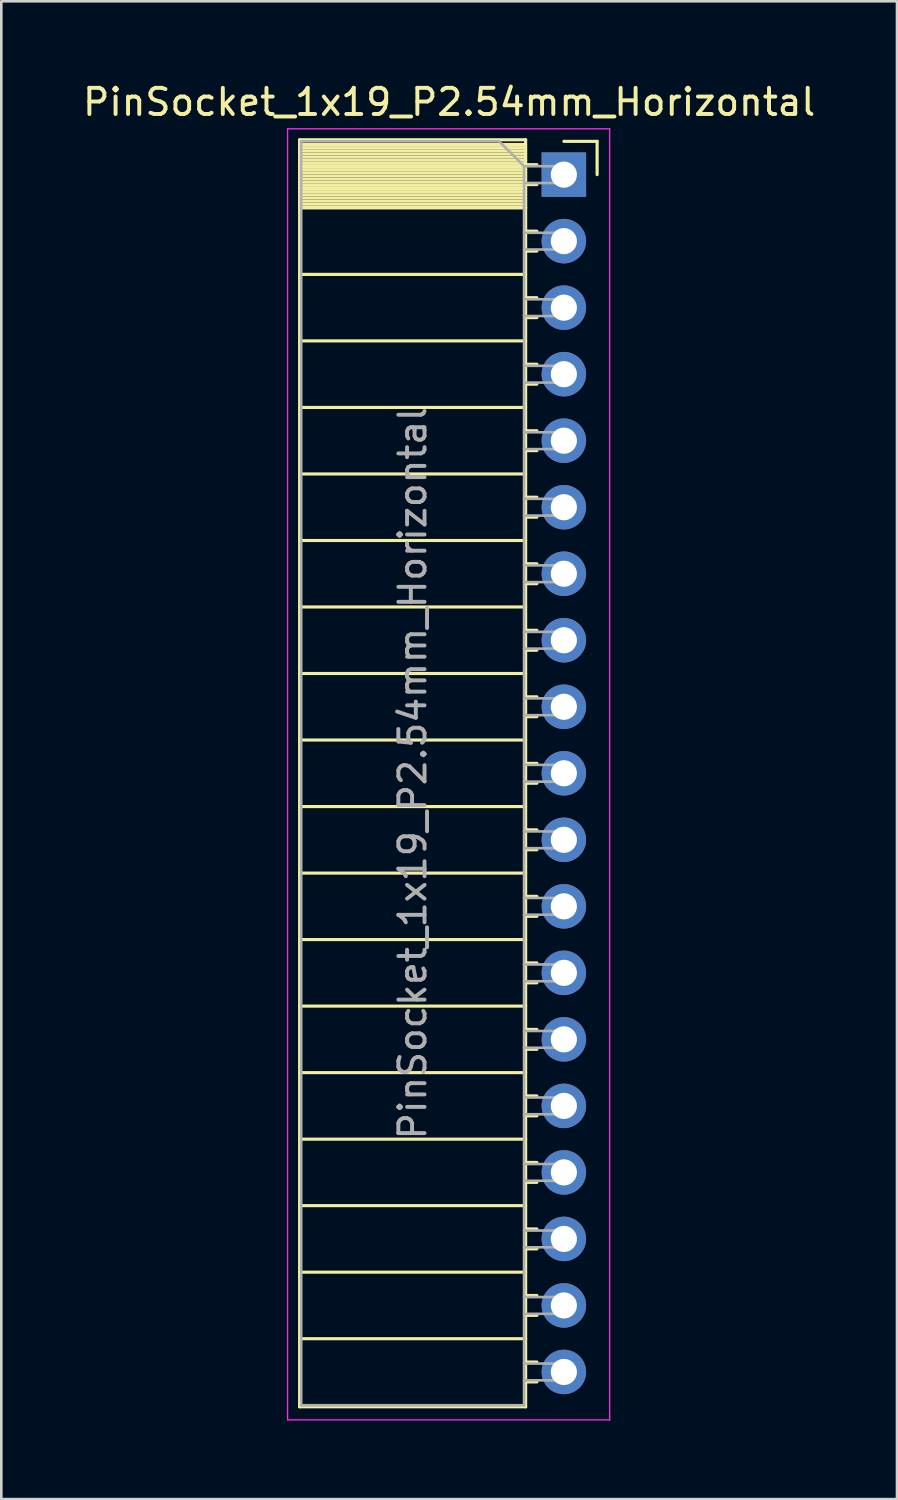
<source format=kicad_pcb>
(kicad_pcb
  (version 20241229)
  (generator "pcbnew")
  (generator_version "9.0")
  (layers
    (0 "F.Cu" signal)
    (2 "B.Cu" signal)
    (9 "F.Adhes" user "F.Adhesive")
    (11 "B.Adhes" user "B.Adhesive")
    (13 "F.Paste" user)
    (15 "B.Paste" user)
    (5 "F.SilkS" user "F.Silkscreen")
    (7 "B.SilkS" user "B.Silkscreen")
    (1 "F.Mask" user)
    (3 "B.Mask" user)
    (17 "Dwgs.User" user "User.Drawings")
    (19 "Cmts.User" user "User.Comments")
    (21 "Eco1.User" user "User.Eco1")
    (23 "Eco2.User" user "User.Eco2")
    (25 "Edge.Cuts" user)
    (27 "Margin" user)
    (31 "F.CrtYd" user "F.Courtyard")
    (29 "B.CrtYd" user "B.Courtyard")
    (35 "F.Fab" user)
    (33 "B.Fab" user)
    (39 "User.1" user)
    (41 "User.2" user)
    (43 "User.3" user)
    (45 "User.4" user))
  (footprint "PinSocket_1x19_P2.54mm_Horizontal"
    (layer "F.Cu")
    (at 18.481 3.618)
    (property "Reference" "PinSocket_1x19_P2.54mm_Horizontal" (at -4.38 -2.77 0) (layer "F.SilkS") (effects (font (size 1 1) (thickness 0.15))))
    (attr through_hole)
    (fp_line (start -10.09 -1.33) (end -1.46 -1.33) (stroke (width 0.12) (type solid)) (layer "F.SilkS"))
    (fp_line (start -10.09 -1.15) (end -1.46 -1.15) (stroke (width 0.12) (type solid)) (layer "F.SilkS"))
    (fp_line (start -10.09 -1.03) (end -1.46 -1.03) (stroke (width 0.12) (type solid)) (layer "F.SilkS"))
    (fp_line (start -10.09 -0.91) (end -1.46 -0.91) (stroke (width 0.12) (type solid)) (layer "F.SilkS"))
    (fp_line (start -10.09 -0.79) (end -1.46 -0.79) (stroke (width 0.12) (type solid)) (layer "F.SilkS"))
    (fp_line (start -10.09 -0.67) (end -1.46 -0.67) (stroke (width 0.12) (type solid)) (layer "F.SilkS"))
    (fp_line (start -10.09 -0.55) (end -1.46 -0.55) (stroke (width 0.12) (type solid)) (layer "F.SilkS"))
    (fp_line (start -10.09 -0.43) (end -1.46 -0.43) (stroke (width 0.12) (type solid)) (layer "F.SilkS"))
    (fp_line (start -10.09 -0.31) (end -1.46 -0.31) (stroke (width 0.12) (type solid)) (layer "F.SilkS"))
    (fp_line (start -10.09 -0.19) (end -1.46 -0.19) (stroke (width 0.12) (type solid)) (layer "F.SilkS"))
    (fp_line (start -10.09 -0.07) (end -1.46 -0.07) (stroke (width 0.12) (type solid)) (layer "F.SilkS"))
    (fp_line (start -10.09 0.05) (end -1.46 0.05) (stroke (width 0.12) (type solid)) (layer "F.SilkS"))
    (fp_line (start -10.09 0.17) (end -1.46 0.17) (stroke (width 0.12) (type solid)) (layer "F.SilkS"))
    (fp_line (start -10.09 0.29) (end -1.46 0.29) (stroke (width 0.12) (type solid)) (layer "F.SilkS"))
    (fp_line (start -10.09 0.41) (end -1.46 0.41) (stroke (width 0.12) (type solid)) (layer "F.SilkS"))
    (fp_line (start -10.09 0.53) (end -1.46 0.53) (stroke (width 0.12) (type solid)) (layer "F.SilkS"))
    (fp_line (start -10.09 0.65) (end -1.46 0.65) (stroke (width 0.12) (type solid)) (layer "F.SilkS"))
    (fp_line (start -10.09 0.77) (end -1.46 0.77) (stroke (width 0.12) (type solid)) (layer "F.SilkS"))
    (fp_line (start -10.09 0.89) (end -1.46 0.89) (stroke (width 0.12) (type solid)) (layer "F.SilkS"))
    (fp_line (start -10.09 1.01) (end -1.46 1.01) (stroke (width 0.12) (type solid)) (layer "F.SilkS"))
    (fp_line (start -10.09 1.13) (end -1.46 1.13) (stroke (width 0.12) (type solid)) (layer "F.SilkS"))
    (fp_line (start -10.09 1.25) (end -1.46 1.25) (stroke (width 0.12) (type solid)) (layer "F.SilkS"))
    (fp_line (start -10.09 1.27) (end -1.46 1.27) (stroke (width 0.12) (type solid)) (layer "F.SilkS"))
    (fp_line (start -10.09 3.81) (end -1.46 3.81) (stroke (width 0.12) (type solid)) (layer "F.SilkS"))
    (fp_line (start -10.09 6.35) (end -1.46 6.35) (stroke (width 0.12) (type solid)) (layer "F.SilkS"))
    (fp_line (start -10.09 8.89) (end -1.46 8.89) (stroke (width 0.12) (type solid)) (layer "F.SilkS"))
    (fp_line (start -10.09 11.43) (end -1.46 11.43) (stroke (width 0.12) (type solid)) (layer "F.SilkS"))
    (fp_line (start -10.09 13.97) (end -1.46 13.97) (stroke (width 0.12) (type solid)) (layer "F.SilkS"))
    (fp_line (start -10.09 16.51) (end -1.46 16.51) (stroke (width 0.12) (type solid)) (layer "F.SilkS"))
    (fp_line (start -10.09 19.05) (end -1.46 19.05) (stroke (width 0.12) (type solid)) (layer "F.SilkS"))
    (fp_line (start -10.09 21.59) (end -1.46 21.59) (stroke (width 0.12) (type solid)) (layer "F.SilkS"))
    (fp_line (start -10.09 24.13) (end -1.46 24.13) (stroke (width 0.12) (type solid)) (layer "F.SilkS"))
    (fp_line (start -10.09 26.67) (end -1.46 26.67) (stroke (width 0.12) (type solid)) (layer "F.SilkS"))
    (fp_line (start -10.09 29.21) (end -1.46 29.21) (stroke (width 0.12) (type solid)) (layer "F.SilkS"))
    (fp_line (start -10.09 31.75) (end -1.46 31.75) (stroke (width 0.12) (type solid)) (layer "F.SilkS"))
    (fp_line (start -10.09 34.29) (end -1.46 34.29) (stroke (width 0.12) (type solid)) (layer "F.SilkS"))
    (fp_line (start -10.09 36.83) (end -1.46 36.83) (stroke (width 0.12) (type solid)) (layer "F.SilkS"))
    (fp_line (start -10.09 39.37) (end -1.46 39.37) (stroke (width 0.12) (type solid)) (layer "F.SilkS"))
    (fp_line (start -10.09 41.91) (end -1.46 41.91) (stroke (width 0.12) (type solid)) (layer "F.SilkS"))
    (fp_line (start -10.09 44.45) (end -1.46 44.45) (stroke (width 0.12) (type solid)) (layer "F.SilkS"))
    (fp_line (start -10.09 47.05) (end -10.09 -1.33) (stroke (width 0.12) (type solid)) (layer "F.SilkS"))
    (fp_line (start -1.46 -1.33) (end -1.46 47.05) (stroke (width 0.12) (type solid)) (layer "F.SilkS"))
    (fp_line (start -1.46 -0.38) (end -1.03 -0.38) (stroke (width 0.12) (type solid)) (layer "F.SilkS"))
    (fp_line (start -1.46 2.16) (end -1.03 2.16) (stroke (width 0.12) (type solid)) (layer "F.SilkS"))
    (fp_line (start -1.46 4.7) (end -1.03 4.7) (stroke (width 0.12) (type solid)) (layer "F.SilkS"))
    (fp_line (start -1.46 7.24) (end -1.03 7.24) (stroke (width 0.12) (type solid)) (layer "F.SilkS"))
    (fp_line (start -1.46 9.78) (end -1.03 9.78) (stroke (width 0.12) (type solid)) (layer "F.SilkS"))
    (fp_line (start -1.46 12.32) (end -1.03 12.32) (stroke (width 0.12) (type solid)) (layer "F.SilkS"))
    (fp_line (start -1.46 14.86) (end -1.03 14.86) (stroke (width 0.12) (type solid)) (layer "F.SilkS"))
    (fp_line (start -1.46 17.4) (end -1.03 17.4) (stroke (width 0.12) (type solid)) (layer "F.SilkS"))
    (fp_line (start -1.46 19.94) (end -1.03 19.94) (stroke (width 0.12) (type solid)) (layer "F.SilkS"))
    (fp_line (start -1.46 22.48) (end -1.03 22.48) (stroke (width 0.12) (type solid)) (layer "F.SilkS"))
    (fp_line (start -1.46 25.02) (end -1.03 25.02) (stroke (width 0.12) (type solid)) (layer "F.SilkS"))
    (fp_line (start -1.46 27.56) (end -1.03 27.56) (stroke (width 0.12) (type solid)) (layer "F.SilkS"))
    (fp_line (start -1.46 30.1) (end -1.03 30.1) (stroke (width 0.12) (type solid)) (layer "F.SilkS"))
    (fp_line (start -1.46 32.64) (end -1.03 32.64) (stroke (width 0.12) (type solid)) (layer "F.SilkS"))
    (fp_line (start -1.46 35.18) (end -1.03 35.18) (stroke (width 0.12) (type solid)) (layer "F.SilkS"))
    (fp_line (start -1.46 37.72) (end -1.03 37.72) (stroke (width 0.12) (type solid)) (layer "F.SilkS"))
    (fp_line (start -1.46 40.26) (end -1.03 40.26) (stroke (width 0.12) (type solid)) (layer "F.SilkS"))
    (fp_line (start -1.46 42.8) (end -1.03 42.8) (stroke (width 0.12) (type solid)) (layer "F.SilkS"))
    (fp_line (start -1.46 45.34) (end -1.03 45.34) (stroke (width 0.12) (type solid)) (layer "F.SilkS"))
    (fp_line (start -1.46 47.05) (end -10.09 47.05) (stroke (width 0.12) (type solid)) (layer "F.SilkS"))
    (fp_line (start -1.03 0.38) (end -1.46 0.38) (stroke (width 0.12) (type solid)) (layer "F.SilkS"))
    (fp_line (start -1.03 2.92) (end -1.46 2.92) (stroke (width 0.12) (type solid)) (layer "F.SilkS"))
    (fp_line (start -1.03 5.46) (end -1.46 5.46) (stroke (width 0.12) (type solid)) (layer "F.SilkS"))
    (fp_line (start -1.03 8) (end -1.46 8) (stroke (width 0.12) (type solid)) (layer "F.SilkS"))
    (fp_line (start -1.03 10.54) (end -1.46 10.54) (stroke (width 0.12) (type solid)) (layer "F.SilkS"))
    (fp_line (start -1.03 13.08) (end -1.46 13.08) (stroke (width 0.12) (type solid)) (layer "F.SilkS"))
    (fp_line (start -1.03 15.62) (end -1.46 15.62) (stroke (width 0.12) (type solid)) (layer "F.SilkS"))
    (fp_line (start -1.03 18.16) (end -1.46 18.16) (stroke (width 0.12) (type solid)) (layer "F.SilkS"))
    (fp_line (start -1.03 20.7) (end -1.46 20.7) (stroke (width 0.12) (type solid)) (layer "F.SilkS"))
    (fp_line (start -1.03 23.24) (end -1.46 23.24) (stroke (width 0.12) (type solid)) (layer "F.SilkS"))
    (fp_line (start -1.03 25.78) (end -1.46 25.78) (stroke (width 0.12) (type solid)) (layer "F.SilkS"))
    (fp_line (start -1.03 28.32) (end -1.46 28.32) (stroke (width 0.12) (type solid)) (layer "F.SilkS"))
    (fp_line (start -1.03 30.86) (end -1.46 30.86) (stroke (width 0.12) (type solid)) (layer "F.SilkS"))
    (fp_line (start -1.03 33.4) (end -1.46 33.4) (stroke (width 0.12) (type solid)) (layer "F.SilkS"))
    (fp_line (start -1.03 35.94) (end -1.46 35.94) (stroke (width 0.12) (type solid)) (layer "F.SilkS"))
    (fp_line (start -1.03 38.48) (end -1.46 38.48) (stroke (width 0.12) (type solid)) (layer "F.SilkS"))
    (fp_line (start -1.03 41.02) (end -1.46 41.02) (stroke (width 0.12) (type solid)) (layer "F.SilkS"))
    (fp_line (start -1.03 43.56) (end -1.46 43.56) (stroke (width 0.12) (type solid)) (layer "F.SilkS"))
    (fp_line (start -1.03 46.1) (end -1.46 46.1) (stroke (width 0.12) (type solid)) (layer "F.SilkS"))
    (fp_line (start 0 -1.27) (end 1.27 -1.27) (stroke (width 0.12) (type solid)) (layer "F.SilkS"))
    (fp_line (start 1.27 -1.27) (end 1.27 0) (stroke (width 0.12) (type solid)) (layer "F.SilkS"))
    (fp_line (start -10.55 -1.75) (end -10.55 47.55) (stroke (width 0.05) (type solid)) (layer "F.CrtYd"))
    (fp_line (start -10.55 47.55) (end 1.75 47.55) (stroke (width 0.05) (type solid)) (layer "F.CrtYd"))
    (fp_line (start 1.75 -1.75) (end -10.55 -1.75) (stroke (width 0.05) (type solid)) (layer "F.CrtYd"))
    (fp_line (start 1.75 47.55) (end 1.75 -1.75) (stroke (width 0.05) (type solid)) (layer "F.CrtYd"))
    (fp_line (start -10.03 -1.27) (end -2.47 -1.27) (stroke (width 0.1) (type solid)) (layer "F.Fab"))
    (fp_line (start -10.03 46.99) (end -10.03 -1.27) (stroke (width 0.1) (type solid)) (layer "F.Fab"))
    (fp_line (start -2.47 -1.27) (end -1.52 -0.32) (stroke (width 0.1) (type solid)) (layer "F.Fab"))
    (fp_line (start -1.52 -0.32) (end -1.52 46.99) (stroke (width 0.1) (type solid)) (layer "F.Fab"))
    (fp_line (start -1.52 0.32) (end 0 0.32) (stroke (width 0.1) (type solid)) (layer "F.Fab"))
    (fp_line (start -1.52 2.86) (end 0 2.86) (stroke (width 0.1) (type solid)) (layer "F.Fab"))
    (fp_line (start -1.52 5.4) (end 0 5.4) (stroke (width 0.1) (type solid)) (layer "F.Fab"))
    (fp_line (start -1.52 7.94) (end 0 7.94) (stroke (width 0.1) (type solid)) (layer "F.Fab"))
    (fp_line (start -1.52 10.48) (end 0 10.48) (stroke (width 0.1) (type solid)) (layer "F.Fab"))
    (fp_line (start -1.52 13.02) (end 0 13.02) (stroke (width 0.1) (type solid)) (layer "F.Fab"))
    (fp_line (start -1.52 15.56) (end 0 15.56) (stroke (width 0.1) (type solid)) (layer "F.Fab"))
    (fp_line (start -1.52 18.1) (end 0 18.1) (stroke (width 0.1) (type solid)) (layer "F.Fab"))
    (fp_line (start -1.52 20.64) (end 0 20.64) (stroke (width 0.1) (type solid)) (layer "F.Fab"))
    (fp_line (start -1.52 23.18) (end 0 23.18) (stroke (width 0.1) (type solid)) (layer "F.Fab"))
    (fp_line (start -1.52 25.72) (end 0 25.72) (stroke (width 0.1) (type solid)) (layer "F.Fab"))
    (fp_line (start -1.52 28.26) (end 0 28.26) (stroke (width 0.1) (type solid)) (layer "F.Fab"))
    (fp_line (start -1.52 30.8) (end 0 30.8) (stroke (width 0.1) (type solid)) (layer "F.Fab"))
    (fp_line (start -1.52 33.34) (end 0 33.34) (stroke (width 0.1) (type solid)) (layer "F.Fab"))
    (fp_line (start -1.52 35.88) (end 0 35.88) (stroke (width 0.1) (type solid)) (layer "F.Fab"))
    (fp_line (start -1.52 38.42) (end 0 38.42) (stroke (width 0.1) (type solid)) (layer "F.Fab"))
    (fp_line (start -1.52 40.96) (end 0 40.96) (stroke (width 0.1) (type solid)) (layer "F.Fab"))
    (fp_line (start -1.52 43.5) (end 0 43.5) (stroke (width 0.1) (type solid)) (layer "F.Fab"))
    (fp_line (start -1.52 46.04) (end 0 46.04) (stroke (width 0.1) (type solid)) (layer "F.Fab"))
    (fp_line (start -1.52 46.99) (end -10.03 46.99) (stroke (width 0.1) (type solid)) (layer "F.Fab"))
    (fp_line (start 0 -0.32) (end -1.52 -0.32) (stroke (width 0.1) (type solid)) (layer "F.Fab"))
    (fp_line (start 0 0.32) (end 0 -0.32) (stroke (width 0.1) (type solid)) (layer "F.Fab"))
    (fp_line (start 0 2.22) (end -1.52 2.22) (stroke (width 0.1) (type solid)) (layer "F.Fab"))
    (fp_line (start 0 2.86) (end 0 2.22) (stroke (width 0.1) (type solid)) (layer "F.Fab"))
    (fp_line (start 0 4.76) (end -1.52 4.76) (stroke (width 0.1) (type solid)) (layer "F.Fab"))
    (fp_line (start 0 5.4) (end 0 4.76) (stroke (width 0.1) (type solid)) (layer "F.Fab"))
    (fp_line (start 0 7.3) (end -1.52 7.3) (stroke (width 0.1) (type solid)) (layer "F.Fab"))
    (fp_line (start 0 7.94) (end 0 7.3) (stroke (width 0.1) (type solid)) (layer "F.Fab"))
    (fp_line (start 0 9.84) (end -1.52 9.84) (stroke (width 0.1) (type solid)) (layer "F.Fab"))
    (fp_line (start 0 10.48) (end 0 9.84) (stroke (width 0.1) (type solid)) (layer "F.Fab"))
    (fp_line (start 0 12.38) (end -1.52 12.38) (stroke (width 0.1) (type solid)) (layer "F.Fab"))
    (fp_line (start 0 13.02) (end 0 12.38) (stroke (width 0.1) (type solid)) (layer "F.Fab"))
    (fp_line (start 0 14.92) (end -1.52 14.92) (stroke (width 0.1) (type solid)) (layer "F.Fab"))
    (fp_line (start 0 15.56) (end 0 14.92) (stroke (width 0.1) (type solid)) (layer "F.Fab"))
    (fp_line (start 0 17.46) (end -1.52 17.46) (stroke (width 0.1) (type solid)) (layer "F.Fab"))
    (fp_line (start 0 18.1) (end 0 17.46) (stroke (width 0.1) (type solid)) (layer "F.Fab"))
    (fp_line (start 0 20) (end -1.52 20) (stroke (width 0.1) (type solid)) (layer "F.Fab"))
    (fp_line (start 0 20.64) (end 0 20) (stroke (width 0.1) (type solid)) (layer "F.Fab"))
    (fp_line (start 0 22.54) (end -1.52 22.54) (stroke (width 0.1) (type solid)) (layer "F.Fab"))
    (fp_line (start 0 23.18) (end 0 22.54) (stroke (width 0.1) (type solid)) (layer "F.Fab"))
    (fp_line (start 0 25.08) (end -1.52 25.08) (stroke (width 0.1) (type solid)) (layer "F.Fab"))
    (fp_line (start 0 25.72) (end 0 25.08) (stroke (width 0.1) (type solid)) (layer "F.Fab"))
    (fp_line (start 0 27.62) (end -1.52 27.62) (stroke (width 0.1) (type solid)) (layer "F.Fab"))
    (fp_line (start 0 28.26) (end 0 27.62) (stroke (width 0.1) (type solid)) (layer "F.Fab"))
    (fp_line (start 0 30.16) (end -1.52 30.16) (stroke (width 0.1) (type solid)) (layer "F.Fab"))
    (fp_line (start 0 30.8) (end 0 30.16) (stroke (width 0.1) (type solid)) (layer "F.Fab"))
    (fp_line (start 0 32.7) (end -1.52 32.7) (stroke (width 0.1) (type solid)) (layer "F.Fab"))
    (fp_line (start 0 33.34) (end 0 32.7) (stroke (width 0.1) (type solid)) (layer "F.Fab"))
    (fp_line (start 0 35.24) (end -1.52 35.24) (stroke (width 0.1) (type solid)) (layer "F.Fab"))
    (fp_line (start 0 35.88) (end 0 35.24) (stroke (width 0.1) (type solid)) (layer "F.Fab"))
    (fp_line (start 0 37.78) (end -1.52 37.78) (stroke (width 0.1) (type solid)) (layer "F.Fab"))
    (fp_line (start 0 38.42) (end 0 37.78) (stroke (width 0.1) (type solid)) (layer "F.Fab"))
    (fp_line (start 0 40.32) (end -1.52 40.32) (stroke (width 0.1) (type solid)) (layer "F.Fab"))
    (fp_line (start 0 40.96) (end 0 40.32) (stroke (width 0.1) (type solid)) (layer "F.Fab"))
    (fp_line (start 0 42.86) (end -1.52 42.86) (stroke (width 0.1) (type solid)) (layer "F.Fab"))
    (fp_line (start 0 43.5) (end 0 42.86) (stroke (width 0.1) (type solid)) (layer "F.Fab"))
    (fp_line (start 0 45.4) (end -1.52 45.4) (stroke (width 0.1) (type solid)) (layer "F.Fab"))
    (fp_line (start 0 46.04) (end 0 45.4) (stroke (width 0.1) (type solid)) (layer "F.Fab"))
    (fp_text user "${REFERENCE}" (at -5.775 22.86 90) (layer "F.Fab") (effects (font (size 1 1) (thickness 0.15))))
    (pad "1" thru_hole rect (at 0 0) (size 1.7 1.7) (drill 1) (layers "*.Cu" "*.Mask"))
    (pad "2" thru_hole oval (at 0 2.54) (size 1.7 1.7) (drill 1) (layers "*.Cu" "*.Mask"))
    (pad "3" thru_hole oval (at 0 5.08) (size 1.7 1.7) (drill 1) (layers "*.Cu" "*.Mask"))
    (pad "4" thru_hole oval (at 0 7.62) (size 1.7 1.7) (drill 1) (layers "*.Cu" "*.Mask"))
    (pad "5" thru_hole oval (at 0 10.16) (size 1.7 1.7) (drill 1) (layers "*.Cu" "*.Mask"))
    (pad "6" thru_hole oval (at 0 12.7) (size 1.7 1.7) (drill 1) (layers "*.Cu" "*.Mask"))
    (pad "7" thru_hole oval (at 0 15.24) (size 1.7 1.7) (drill 1) (layers "*.Cu" "*.Mask"))
    (pad "8" thru_hole oval (at 0 17.78) (size 1.7 1.7) (drill 1) (layers "*.Cu" "*.Mask"))
    (pad "9" thru_hole oval (at 0 20.32) (size 1.7 1.7) (drill 1) (layers "*.Cu" "*.Mask"))
    (pad "10" thru_hole oval (at 0 22.86) (size 1.7 1.7) (drill 1) (layers "*.Cu" "*.Mask"))
    (pad "11" thru_hole oval (at 0 25.4) (size 1.7 1.7) (drill 1) (layers "*.Cu" "*.Mask"))
    (pad "12" thru_hole oval (at 0 27.94) (size 1.7 1.7) (drill 1) (layers "*.Cu" "*.Mask"))
    (pad "13" thru_hole oval (at 0 30.48) (size 1.7 1.7) (drill 1) (layers "*.Cu" "*.Mask"))
    (pad "14" thru_hole oval (at 0 33.02) (size 1.7 1.7) (drill 1) (layers "*.Cu" "*.Mask"))
    (pad "15" thru_hole oval (at 0 35.56) (size 1.7 1.7) (drill 1) (layers "*.Cu" "*.Mask"))
    (pad "16" thru_hole oval (at 0 38.1) (size 1.7 1.7) (drill 1) (layers "*.Cu" "*.Mask"))
    (pad "17" thru_hole oval (at 0 40.64) (size 1.7 1.7) (drill 1) (layers "*.Cu" "*.Mask"))
    (pad "18" thru_hole oval (at 0 43.18) (size 1.7 1.7) (drill 1) (layers "*.Cu" "*.Mask"))
    (pad "19" thru_hole oval (at 0 45.72) (size 1.7 1.7) (drill 1) (layers "*.Cu" "*.Mask")))
  (gr_rect
    (start -3 -3)
    (end 31.202 54.193)
    (stroke (width 0.1) (type default))
    (fill no)
    (layer "Edge.Cuts")))
</source>
